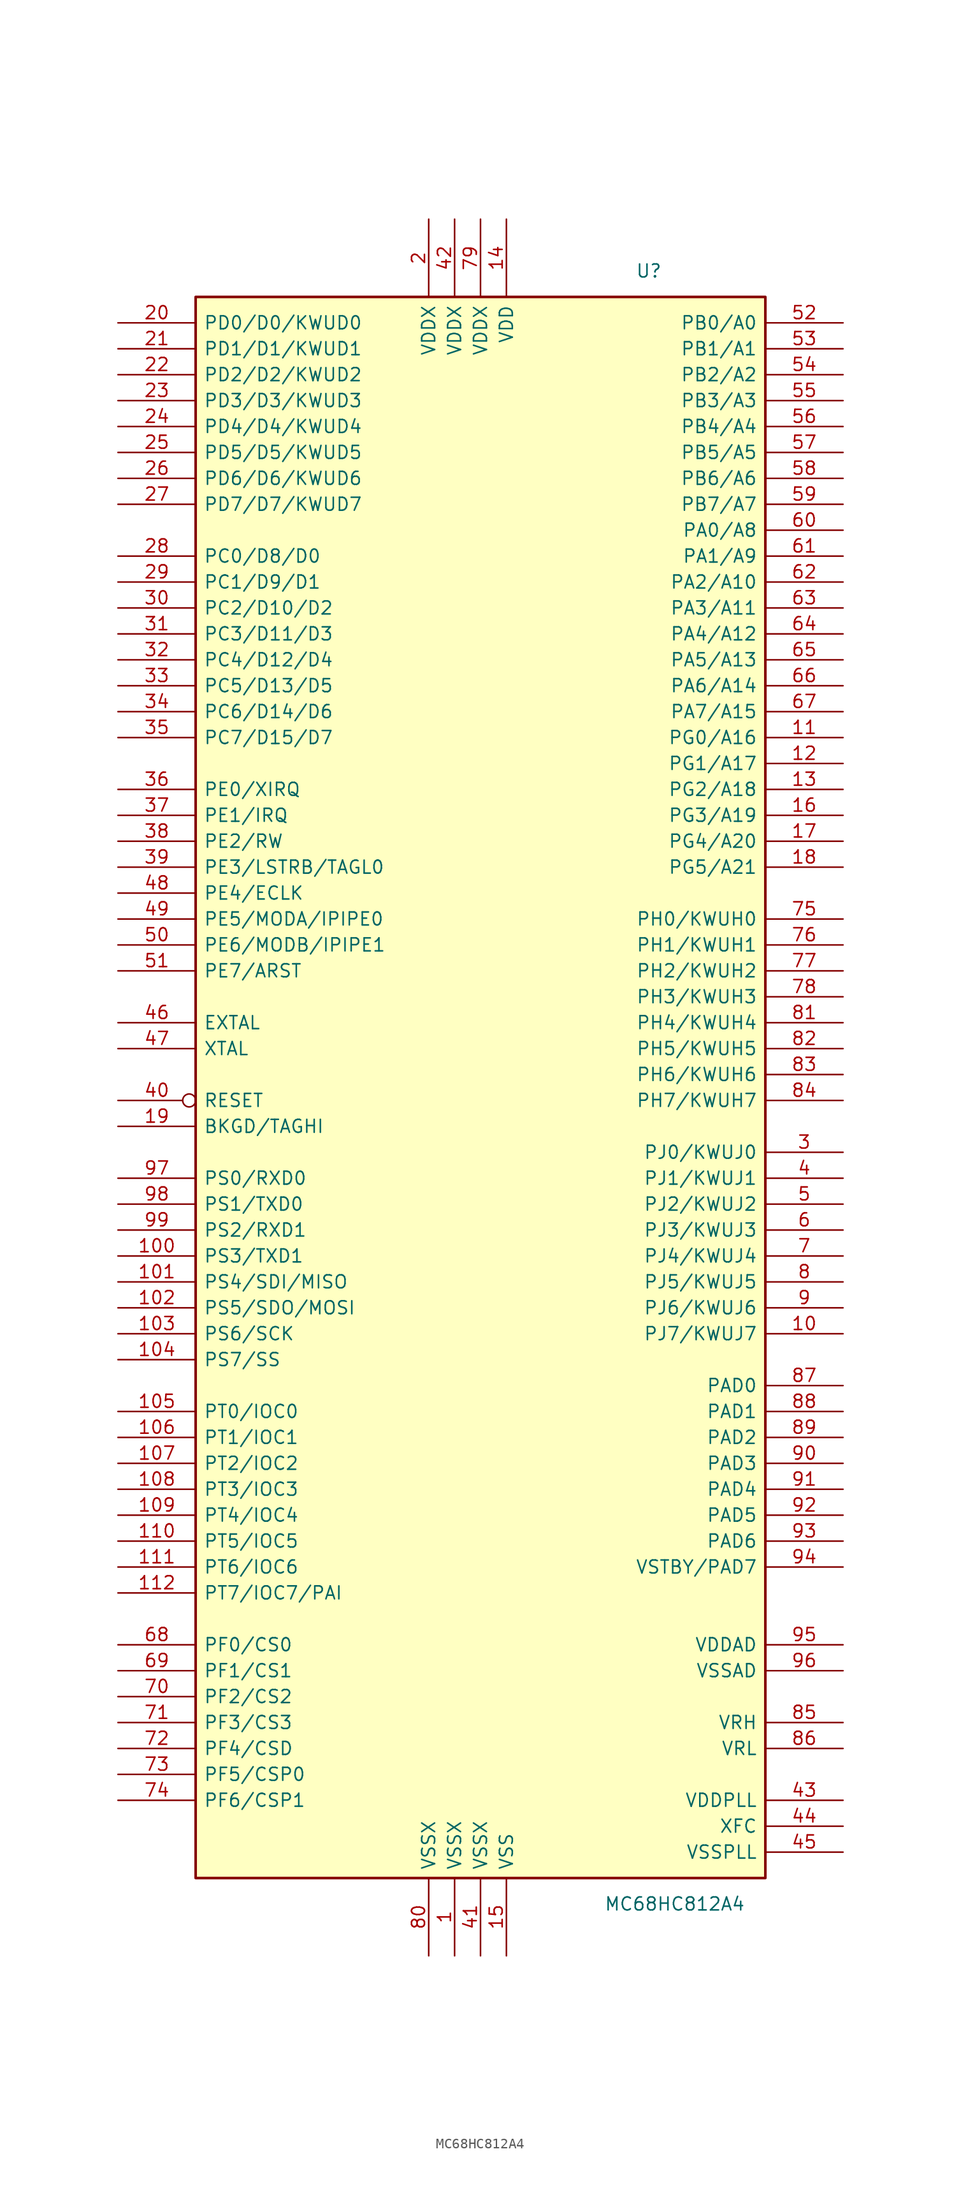
<source format=kicad_sym>
(kicad_symbol_lib
  (version 20241209)
  (generator "kicad_symbol_editor")
  (generator_version "9.0")
  (symbol "MC68HC812A4"
    (pin_names
      (offset 0.762))
    (property "Reference" "U"
      (at 16.51 86.36 0)
      (effects (font (size 1.27 1.27))))
    (property "Value" "MC68HC812A4"
      (at 19.05 -73.66 0)
      (effects (font (size 1.27 1.27))))
    (symbol "MC68HC812A4_0_1"
      (rectangle (start -27.94 83.82) (end 27.94 -71.12) (stroke (width 0.254) (type default)) (fill (type background))))
    (symbol "MC68HC812A4_1_1"
      (pin bidirectional line (at -35.56 81.28 0) (length 7.62) (name "PD0/D0/KWUD0" (effects (font (size 1.27 1.27)))) (number "20" (effects (font (size 1.27 1.27)))))
      (pin bidirectional line (at -35.56 78.74 0) (length 7.62) (name "PD1/D1/KWUD1" (effects (font (size 1.27 1.27)))) (number "21" (effects (font (size 1.27 1.27)))))
      (pin bidirectional line (at -35.56 76.2 0) (length 7.62) (name "PD2/D2/KWUD2" (effects (font (size 1.27 1.27)))) (number "22" (effects (font (size 1.27 1.27)))))
      (pin bidirectional line (at -35.56 73.66 0) (length 7.62) (name "PD3/D3/KWUD3" (effects (font (size 1.27 1.27)))) (number "23" (effects (font (size 1.27 1.27)))))
      (pin bidirectional line (at -35.56 71.12 0) (length 7.62) (name "PD4/D4/KWUD4" (effects (font (size 1.27 1.27)))) (number "24" (effects (font (size 1.27 1.27)))))
      (pin bidirectional line (at -35.56 68.58 0) (length 7.62) (name "PD5/D5/KWUD5" (effects (font (size 1.27 1.27)))) (number "25" (effects (font (size 1.27 1.27)))))
      (pin bidirectional line (at -35.56 66.04 0) (length 7.62) (name "PD6/D6/KWUD6" (effects (font (size 1.27 1.27)))) (number "26" (effects (font (size 1.27 1.27)))))
      (pin bidirectional line (at -35.56 63.5 0) (length 7.62) (name "PD7/D7/KWUD7" (effects (font (size 1.27 1.27)))) (number "27" (effects (font (size 1.27 1.27)))))
      (pin bidirectional line (at -35.56 58.42 0) (length 7.62) (name "PC0/D8/D0" (effects (font (size 1.27 1.27)))) (number "28" (effects (font (size 1.27 1.27)))))
      (pin bidirectional line (at -35.56 55.88 0) (length 7.62) (name "PC1/D9/D1" (effects (font (size 1.27 1.27)))) (number "29" (effects (font (size 1.27 1.27)))))
      (pin bidirectional line (at -35.56 53.34 0) (length 7.62) (name "PC2/D10/D2" (effects (font (size 1.27 1.27)))) (number "30" (effects (font (size 1.27 1.27)))))
      (pin bidirectional line (at -35.56 50.8 0) (length 7.62) (name "PC3/D11/D3" (effects (font (size 1.27 1.27)))) (number "31" (effects (font (size 1.27 1.27)))))
      (pin bidirectional line (at -35.56 48.26 0) (length 7.62) (name "PC4/D12/D4" (effects (font (size 1.27 1.27)))) (number "32" (effects (font (size 1.27 1.27)))))
      (pin bidirectional line (at -35.56 45.72 0) (length 7.62) (name "PC5/D13/D5" (effects (font (size 1.27 1.27)))) (number "33" (effects (font (size 1.27 1.27)))))
      (pin bidirectional line (at -35.56 43.18 0) (length 7.62) (name "PC6/D14/D6" (effects (font (size 1.27 1.27)))) (number "34" (effects (font (size 1.27 1.27)))))
      (pin bidirectional line (at -35.56 40.64 0) (length 7.62) (name "PC7/D15/D7" (effects (font (size 1.27 1.27)))) (number "35" (effects (font (size 1.27 1.27)))))
      (pin input line (at -35.56 35.56 0) (length 7.62) (name "PE0/XIRQ" (effects (font (size 1.27 1.27)))) (number "36" (effects (font (size 1.27 1.27)))))
      (pin input line (at -35.56 33.02 0) (length 7.62) (name "PE1/IRQ" (effects (font (size 1.27 1.27)))) (number "37" (effects (font (size 1.27 1.27)))))
      (pin bidirectional line (at -35.56 30.48 0) (length 7.62) (name "PE2/RW" (effects (font (size 1.27 1.27)))) (number "38" (effects (font (size 1.27 1.27)))))
      (pin bidirectional line (at -35.56 27.94 0) (length 7.62) (name "PE3/LSTRB/TAGL0" (effects (font (size 1.27 1.27)))) (number "39" (effects (font (size 1.27 1.27)))))
      (pin bidirectional line (at -35.56 25.4 0) (length 7.62) (name "PE4/ECLK" (effects (font (size 1.27 1.27)))) (number "48" (effects (font (size 1.27 1.27)))))
      (pin bidirectional line (at -35.56 22.86 0) (length 7.62) (name "PE5/MODA/IPIPE0" (effects (font (size 1.27 1.27)))) (number "49" (effects (font (size 1.27 1.27)))))
      (pin bidirectional line (at -35.56 20.32 0) (length 7.62) (name "PE6/MODB/IPIPE1" (effects (font (size 1.27 1.27)))) (number "50" (effects (font (size 1.27 1.27)))))
      (pin bidirectional line (at -35.56 17.78 0) (length 7.62) (name "PE7/ARST" (effects (font (size 1.27 1.27)))) (number "51" (effects (font (size 1.27 1.27)))))
      (pin input line (at -35.56 12.7 0) (length 7.62) (name "EXTAL" (effects (font (size 1.27 1.27)))) (number "46" (effects (font (size 1.27 1.27)))))
      (pin output line (at -35.56 10.16 0) (length 7.62) (name "XTAL" (effects (font (size 1.27 1.27)))) (number "47" (effects (font (size 1.27 1.27)))))
      (pin bidirectional inverted (at -35.56 5.08 0) (length 7.62) (name "RESET" (effects (font (size 1.27 1.27)))) (number "40" (effects (font (size 1.27 1.27)))))
      (pin bidirectional line (at -35.56 2.54 0) (length 7.62) (name "BKGD/TAGHI" (effects (font (size 1.27 1.27)))) (number "19" (effects (font (size 1.27 1.27)))))
      (pin bidirectional line (at -35.56 -2.54 0) (length 7.62) (name "PS0/RXD0" (effects (font (size 1.27 1.27)))) (number "97" (effects (font (size 1.27 1.27)))))
      (pin bidirectional line (at -35.56 -5.08 0) (length 7.62) (name "PS1/TXD0" (effects (font (size 1.27 1.27)))) (number "98" (effects (font (size 1.27 1.27)))))
      (pin bidirectional line (at -35.56 -7.62 0) (length 7.62) (name "PS2/RXD1" (effects (font (size 1.27 1.27)))) (number "99" (effects (font (size 1.27 1.27)))))
      (pin bidirectional line (at -35.56 -10.16 0) (length 7.62) (name "PS3/TXD1" (effects (font (size 1.27 1.27)))) (number "100" (effects (font (size 1.27 1.27)))))
      (pin bidirectional line (at -35.56 -12.7 0) (length 7.62) (name "PS4/SDI/MISO" (effects (font (size 1.27 1.27)))) (number "101" (effects (font (size 1.27 1.27)))))
      (pin bidirectional line (at -35.56 -15.24 0) (length 7.62) (name "PS5/SDO/MOSI" (effects (font (size 1.27 1.27)))) (number "102" (effects (font (size 1.27 1.27)))))
      (pin bidirectional line (at -35.56 -17.78 0) (length 7.62) (name "PS6/SCK" (effects (font (size 1.27 1.27)))) (number "103" (effects (font (size 1.27 1.27)))))
      (pin bidirectional line (at -35.56 -20.32 0) (length 7.62) (name "PS7/SS" (effects (font (size 1.27 1.27)))) (number "104" (effects (font (size 1.27 1.27)))))
      (pin bidirectional line (at -35.56 -25.4 0) (length 7.62) (name "PT0/IOC0" (effects (font (size 1.27 1.27)))) (number "105" (effects (font (size 1.27 1.27)))))
      (pin bidirectional line (at -35.56 -27.94 0) (length 7.62) (name "PT1/IOC1" (effects (font (size 1.27 1.27)))) (number "106" (effects (font (size 1.27 1.27)))))
      (pin bidirectional line (at -35.56 -30.48 0) (length 7.62) (name "PT2/IOC2" (effects (font (size 1.27 1.27)))) (number "107" (effects (font (size 1.27 1.27)))))
      (pin bidirectional line (at -35.56 -33.02 0) (length 7.62) (name "PT3/IOC3" (effects (font (size 1.27 1.27)))) (number "108" (effects (font (size 1.27 1.27)))))
      (pin bidirectional line (at -35.56 -35.56 0) (length 7.62) (name "PT4/IOC4" (effects (font (size 1.27 1.27)))) (number "109" (effects (font (size 1.27 1.27)))))
      (pin bidirectional line (at -35.56 -38.1 0) (length 7.62) (name "PT5/IOC5" (effects (font (size 1.27 1.27)))) (number "110" (effects (font (size 1.27 1.27)))))
      (pin bidirectional line (at -35.56 -40.64 0) (length 7.62) (name "PT6/IOC6" (effects (font (size 1.27 1.27)))) (number "111" (effects (font (size 1.27 1.27)))))
      (pin bidirectional line (at -35.56 -43.18 0) (length 7.62) (name "PT7/IOC7/PAI" (effects (font (size 1.27 1.27)))) (number "112" (effects (font (size 1.27 1.27)))))
      (pin bidirectional line (at -35.56 -48.26 0) (length 7.62) (name "PF0/CS0" (effects (font (size 1.27 1.27)))) (number "68" (effects (font (size 1.27 1.27)))))
      (pin bidirectional line (at -35.56 -50.8 0) (length 7.62) (name "PF1/CS1" (effects (font (size 1.27 1.27)))) (number "69" (effects (font (size 1.27 1.27)))))
      (pin bidirectional line (at -35.56 -53.34 0) (length 7.62) (name "PF2/CS2" (effects (font (size 1.27 1.27)))) (number "70" (effects (font (size 1.27 1.27)))))
      (pin bidirectional line (at -35.56 -55.88 0) (length 7.62) (name "PF3/CS3" (effects (font (size 1.27 1.27)))) (number "71" (effects (font (size 1.27 1.27)))))
      (pin bidirectional line (at -35.56 -58.42 0) (length 7.62) (name "PF4/CSD" (effects (font (size 1.27 1.27)))) (number "72" (effects (font (size 1.27 1.27)))))
      (pin bidirectional line (at -35.56 -60.96 0) (length 7.62) (name "PF5/CSP0" (effects (font (size 1.27 1.27)))) (number "73" (effects (font (size 1.27 1.27)))))
      (pin bidirectional line (at -35.56 -63.5 0) (length 7.62) (name "PF6/CSP1" (effects (font (size 1.27 1.27)))) (number "74" (effects (font (size 1.27 1.27)))))
      (pin power_in line (at -5.08 91.44 270) (length 7.62) (name "VDDX" (effects (font (size 1.27 1.27)))) (number "2" (effects (font (size 1.27 1.27)))))
      (pin power_in line (at -5.08 -78.74 90) (length 7.62) (name "VSSX" (effects (font (size 1.27 1.27)))) (number "80" (effects (font (size 1.27 1.27)))))
      (pin power_in line (at -2.54 91.44 270) (length 7.62) (name "VDDX" (effects (font (size 1.27 1.27)))) (number "42" (effects (font (size 1.27 1.27)))))
      (pin power_in line (at -2.54 -78.74 90) (length 7.62) (name "VSSX" (effects (font (size 1.27 1.27)))) (number "1" (effects (font (size 1.27 1.27)))))
      (pin power_in line (at 0 91.44 270) (length 7.62) (name "VDDX" (effects (font (size 1.27 1.27)))) (number "79" (effects (font (size 1.27 1.27)))))
      (pin power_in line (at 0 -78.74 90) (length 7.62) (name "VSSX" (effects (font (size 1.27 1.27)))) (number "41" (effects (font (size 1.27 1.27)))))
      (pin power_in line (at 2.54 91.44 270) (length 7.62) (name "VDD" (effects (font (size 1.27 1.27)))) (number "14" (effects (font (size 1.27 1.27)))))
      (pin power_in line (at 2.54 -78.74 90) (length 7.62) (name "VSS" (effects (font (size 1.27 1.27)))) (number "15" (effects (font (size 1.27 1.27)))))
      (pin bidirectional line (at 35.56 81.28 180) (length 7.62) (name "PB0/A0" (effects (font (size 1.27 1.27)))) (number "52" (effects (font (size 1.27 1.27)))))
      (pin bidirectional line (at 35.56 78.74 180) (length 7.62) (name "PB1/A1" (effects (font (size 1.27 1.27)))) (number "53" (effects (font (size 1.27 1.27)))))
      (pin bidirectional line (at 35.56 76.2 180) (length 7.62) (name "PB2/A2" (effects (font (size 1.27 1.27)))) (number "54" (effects (font (size 1.27 1.27)))))
      (pin bidirectional line (at 35.56 73.66 180) (length 7.62) (name "PB3/A3" (effects (font (size 1.27 1.27)))) (number "55" (effects (font (size 1.27 1.27)))))
      (pin bidirectional line (at 35.56 71.12 180) (length 7.62) (name "PB4/A4" (effects (font (size 1.27 1.27)))) (number "56" (effects (font (size 1.27 1.27)))))
      (pin bidirectional line (at 35.56 68.58 180) (length 7.62) (name "PB5/A5" (effects (font (size 1.27 1.27)))) (number "57" (effects (font (size 1.27 1.27)))))
      (pin bidirectional line (at 35.56 66.04 180) (length 7.62) (name "PB6/A6" (effects (font (size 1.27 1.27)))) (number "58" (effects (font (size 1.27 1.27)))))
      (pin bidirectional line (at 35.56 63.5 180) (length 7.62) (name "PB7/A7" (effects (font (size 1.27 1.27)))) (number "59" (effects (font (size 1.27 1.27)))))
      (pin bidirectional line (at 35.56 60.96 180) (length 7.62) (name "PA0/A8" (effects (font (size 1.27 1.27)))) (number "60" (effects (font (size 1.27 1.27)))))
      (pin bidirectional line (at 35.56 58.42 180) (length 7.62) (name "PA1/A9" (effects (font (size 1.27 1.27)))) (number "61" (effects (font (size 1.27 1.27)))))
      (pin bidirectional line (at 35.56 55.88 180) (length 7.62) (name "PA2/A10" (effects (font (size 1.27 1.27)))) (number "62" (effects (font (size 1.27 1.27)))))
      (pin bidirectional line (at 35.56 53.34 180) (length 7.62) (name "PA3/A11" (effects (font (size 1.27 1.27)))) (number "63" (effects (font (size 1.27 1.27)))))
      (pin bidirectional line (at 35.56 50.8 180) (length 7.62) (name "PA4/A12" (effects (font (size 1.27 1.27)))) (number "64" (effects (font (size 1.27 1.27)))))
      (pin bidirectional line (at 35.56 48.26 180) (length 7.62) (name "PA5/A13" (effects (font (size 1.27 1.27)))) (number "65" (effects (font (size 1.27 1.27)))))
      (pin bidirectional line (at 35.56 45.72 180) (length 7.62) (name "PA6/A14" (effects (font (size 1.27 1.27)))) (number "66" (effects (font (size 1.27 1.27)))))
      (pin bidirectional line (at 35.56 43.18 180) (length 7.62) (name "PA7/A15" (effects (font (size 1.27 1.27)))) (number "67" (effects (font (size 1.27 1.27)))))
      (pin bidirectional line (at 35.56 40.64 180) (length 7.62) (name "PG0/A16" (effects (font (size 1.27 1.27)))) (number "11" (effects (font (size 1.27 1.27)))))
      (pin bidirectional line (at 35.56 38.1 180) (length 7.62) (name "PG1/A17" (effects (font (size 1.27 1.27)))) (number "12" (effects (font (size 1.27 1.27)))))
      (pin bidirectional line (at 35.56 35.56 180) (length 7.62) (name "PG2/A18" (effects (font (size 1.27 1.27)))) (number "13" (effects (font (size 1.27 1.27)))))
      (pin bidirectional line (at 35.56 33.02 180) (length 7.62) (name "PG3/A19" (effects (font (size 1.27 1.27)))) (number "16" (effects (font (size 1.27 1.27)))))
      (pin bidirectional line (at 35.56 30.48 180) (length 7.62) (name "PG4/A20" (effects (font (size 1.27 1.27)))) (number "17" (effects (font (size 1.27 1.27)))))
      (pin bidirectional line (at 35.56 27.94 180) (length 7.62) (name "PG5/A21" (effects (font (size 1.27 1.27)))) (number "18" (effects (font (size 1.27 1.27)))))
      (pin bidirectional line (at 35.56 22.86 180) (length 7.62) (name "PH0/KWUH0" (effects (font (size 1.27 1.27)))) (number "75" (effects (font (size 1.27 1.27)))))
      (pin bidirectional line (at 35.56 20.32 180) (length 7.62) (name "PH1/KWUH1" (effects (font (size 1.27 1.27)))) (number "76" (effects (font (size 1.27 1.27)))))
      (pin bidirectional line (at 35.56 17.78 180) (length 7.62) (name "PH2/KWUH2" (effects (font (size 1.27 1.27)))) (number "77" (effects (font (size 1.27 1.27)))))
      (pin bidirectional line (at 35.56 15.24 180) (length 7.62) (name "PH3/KWUH3" (effects (font (size 1.27 1.27)))) (number "78" (effects (font (size 1.27 1.27)))))
      (pin bidirectional line (at 35.56 12.7 180) (length 7.62) (name "PH4/KWUH4" (effects (font (size 1.27 1.27)))) (number "81" (effects (font (size 1.27 1.27)))))
      (pin bidirectional line (at 35.56 10.16 180) (length 7.62) (name "PH5/KWUH5" (effects (font (size 1.27 1.27)))) (number "82" (effects (font (size 1.27 1.27)))))
      (pin bidirectional line (at 35.56 7.62 180) (length 7.62) (name "PH6/KWUH6" (effects (font (size 1.27 1.27)))) (number "83" (effects (font (size 1.27 1.27)))))
      (pin bidirectional line (at 35.56 5.08 180) (length 7.62) (name "PH7/KWUH7" (effects (font (size 1.27 1.27)))) (number "84" (effects (font (size 1.27 1.27)))))
      (pin bidirectional line (at 35.56 0 180) (length 7.62) (name "PJ0/KWUJ0" (effects (font (size 1.27 1.27)))) (number "3" (effects (font (size 1.27 1.27)))))
      (pin bidirectional line (at 35.56 -2.54 180) (length 7.62) (name "PJ1/KWUJ1" (effects (font (size 1.27 1.27)))) (number "4" (effects (font (size 1.27 1.27)))))
      (pin bidirectional line (at 35.56 -5.08 180) (length 7.62) (name "PJ2/KWUJ2" (effects (font (size 1.27 1.27)))) (number "5" (effects (font (size 1.27 1.27)))))
      (pin bidirectional line (at 35.56 -7.62 180) (length 7.62) (name "PJ3/KWUJ3" (effects (font (size 1.27 1.27)))) (number "6" (effects (font (size 1.27 1.27)))))
      (pin bidirectional line (at 35.56 -10.16 180) (length 7.62) (name "PJ4/KWUJ4" (effects (font (size 1.27 1.27)))) (number "7" (effects (font (size 1.27 1.27)))))
      (pin bidirectional line (at 35.56 -12.7 180) (length 7.62) (name "PJ5/KWUJ5" (effects (font (size 1.27 1.27)))) (number "8" (effects (font (size 1.27 1.27)))))
      (pin bidirectional line (at 35.56 -15.24 180) (length 7.62) (name "PJ6/KWUJ6" (effects (font (size 1.27 1.27)))) (number "9" (effects (font (size 1.27 1.27)))))
      (pin bidirectional line (at 35.56 -17.78 180) (length 7.62) (name "PJ7/KWUJ7" (effects (font (size 1.27 1.27)))) (number "10" (effects (font (size 1.27 1.27)))))
      (pin input line (at 35.56 -22.86 180) (length 7.62) (name "PAD0" (effects (font (size 1.27 1.27)))) (number "87" (effects (font (size 1.27 1.27)))))
      (pin input line (at 35.56 -25.4 180) (length 7.62) (name "PAD1" (effects (font (size 1.27 1.27)))) (number "88" (effects (font (size 1.27 1.27)))))
      (pin input line (at 35.56 -27.94 180) (length 7.62) (name "PAD2" (effects (font (size 1.27 1.27)))) (number "89" (effects (font (size 1.27 1.27)))))
      (pin input line (at 35.56 -30.48 180) (length 7.62) (name "PAD3" (effects (font (size 1.27 1.27)))) (number "90" (effects (font (size 1.27 1.27)))))
      (pin input line (at 35.56 -33.02 180) (length 7.62) (name "PAD4" (effects (font (size 1.27 1.27)))) (number "91" (effects (font (size 1.27 1.27)))))
      (pin input line (at 35.56 -35.56 180) (length 7.62) (name "PAD5" (effects (font (size 1.27 1.27)))) (number "92" (effects (font (size 1.27 1.27)))))
      (pin input line (at 35.56 -38.1 180) (length 7.62) (name "PAD6" (effects (font (size 1.27 1.27)))) (number "93" (effects (font (size 1.27 1.27)))))
      (pin input line (at 35.56 -40.64 180) (length 7.62) (name "VSTBY/PAD7" (effects (font (size 1.27 1.27)))) (number "94" (effects (font (size 1.27 1.27)))))
      (pin input line (at 35.56 -48.26 180) (length 7.62) (name "VDDAD" (effects (font (size 1.27 1.27)))) (number "95" (effects (font (size 1.27 1.27)))))
      (pin input line (at 35.56 -50.8 180) (length 7.62) (name "VSSAD" (effects (font (size 1.27 1.27)))) (number "96" (effects (font (size 1.27 1.27)))))
      (pin input line (at 35.56 -55.88 180) (length 7.62) (name "VRH" (effects (font (size 1.27 1.27)))) (number "85" (effects (font (size 1.27 1.27)))))
      (pin input line (at 35.56 -58.42 180) (length 7.62) (name "VRL" (effects (font (size 1.27 1.27)))) (number "86" (effects (font (size 1.27 1.27)))))
      (pin input line (at 35.56 -63.5 180) (length 7.62) (name "VDDPLL" (effects (font (size 1.27 1.27)))) (number "43" (effects (font (size 1.27 1.27)))))
      (pin passive line (at 35.56 -66.04 180) (length 7.62) (name "XFC" (effects (font (size 1.27 1.27)))) (number "44" (effects (font (size 1.27 1.27)))))
      (pin input line (at 35.56 -68.58 180) (length 7.62) (name "VSSPLL" (effects (font (size 1.27 1.27)))) (number "45" (effects (font (size 1.27 1.27))))))))
</source>
